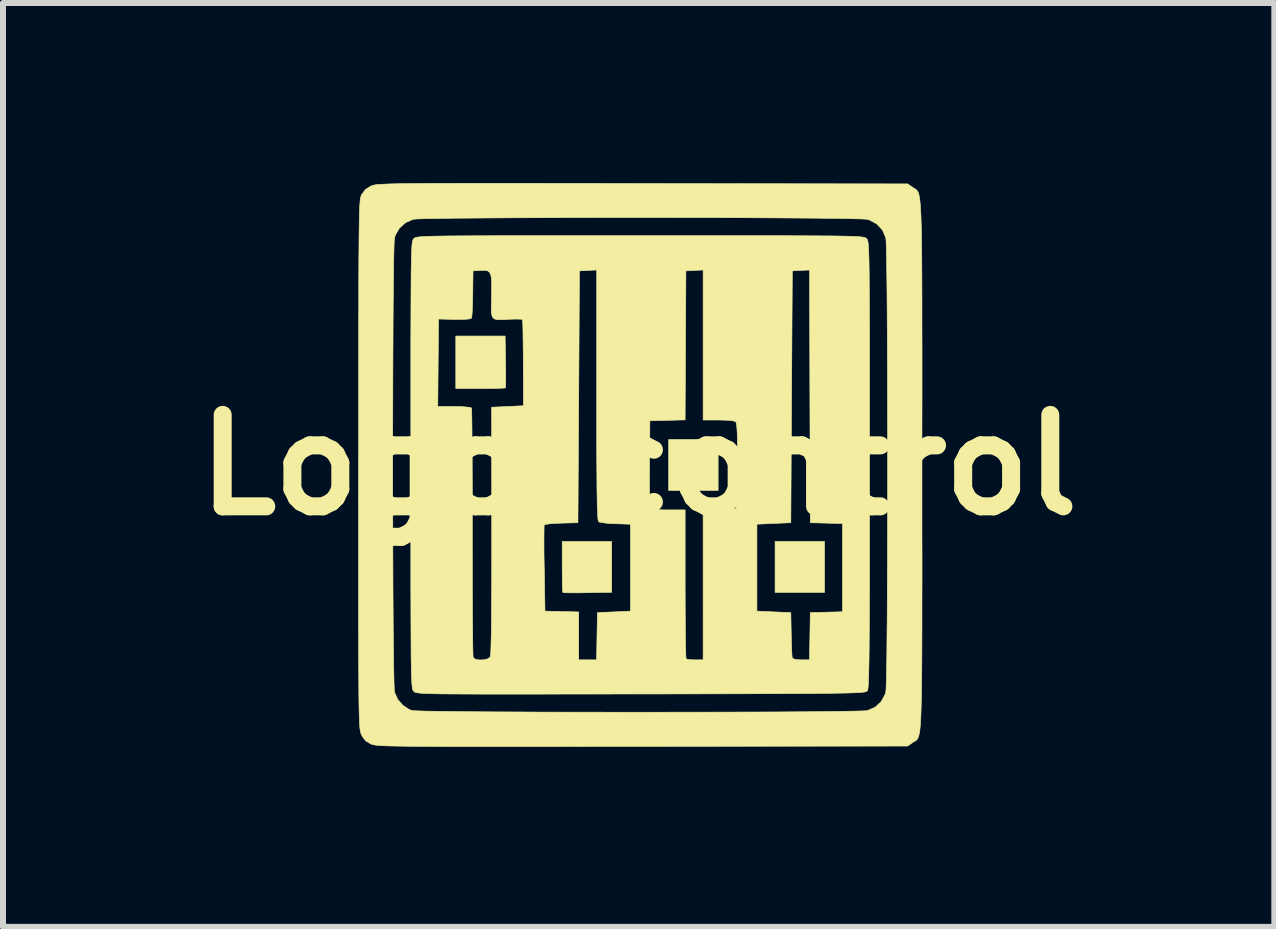
<source format=kicad_pcb>
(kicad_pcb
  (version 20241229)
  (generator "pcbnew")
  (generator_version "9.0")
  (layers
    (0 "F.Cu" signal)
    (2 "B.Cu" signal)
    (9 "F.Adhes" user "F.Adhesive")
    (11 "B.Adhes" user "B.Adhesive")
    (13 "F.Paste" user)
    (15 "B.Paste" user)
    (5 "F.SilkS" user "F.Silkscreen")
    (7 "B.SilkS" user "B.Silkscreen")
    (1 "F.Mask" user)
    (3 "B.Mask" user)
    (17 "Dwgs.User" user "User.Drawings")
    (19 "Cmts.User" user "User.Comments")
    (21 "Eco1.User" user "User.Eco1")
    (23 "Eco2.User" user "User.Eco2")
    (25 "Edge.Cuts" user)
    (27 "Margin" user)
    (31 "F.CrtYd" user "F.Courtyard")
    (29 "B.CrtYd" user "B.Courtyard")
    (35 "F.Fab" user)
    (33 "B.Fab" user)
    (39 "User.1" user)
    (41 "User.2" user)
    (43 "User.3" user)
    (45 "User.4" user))
  (footprint "Logo control"
    (layer "F.Cu")
    (at 7.591 4.697)
    (property "Reference" "Logo control" (at 0 0 0) (layer "F.SilkS") (effects (font (size 1.524 1.524) (thickness 0.3))))
    (attr through_hole)
    (fp_poly (pts (xy 1.324 0.425) (xy 0.5 0.425) (xy 0.5 -0.425) (xy 1.324 -0.425) (xy 1.324 0.425)) (stroke (width 0.01) (type solid)) (fill yes) (layer "F.SilkS"))
    (fp_poly (pts (xy 3.097 2.123) (xy 2.273 2.123) (xy 2.273 1.274) (xy 3.097 1.274) (xy 3.097 2.123)) (stroke (width 0.01) (type solid)) (fill yes) (layer "F.SilkS"))
    (fp_poly (pts (xy -2.218 -1.721) (xy -2.216 -1.581) (xy -2.215 -1.458) (xy -2.216 -1.363) (xy -2.218 -1.302) (xy -2.221 -1.284) (xy -2.248 -1.281) (xy -2.317 -1.278) (xy -2.418 -1.275) (xy -2.544 -1.274) (xy -2.639 -1.274) (xy -3.047 -1.274) (xy -3.047 -2.148) (xy -2.225 -2.148) (xy -2.218 -1.721)) (stroke (width 0.01) (type solid)) (fill yes) (layer "F.SilkS"))
    (fp_poly (pts (xy -0.45 2.121) (xy -0.851 2.128) (xy -0.988 2.13) (xy -1.105 2.13) (xy -1.196 2.129) (xy -1.251 2.127) (xy -1.263 2.125) (xy -1.267 2.098) (xy -1.27 2.029) (xy -1.272 1.927) (xy -1.273 1.801) (xy -1.274 1.694) (xy -1.274 1.274) (xy -0.45 1.274) (xy -0.45 2.121)) (stroke (width 0.01) (type solid)) (fill yes) (layer "F.SilkS"))
    (fp_poly (pts (xy -2.045 -4.692) (xy -1.651 -4.692) (xy -1.214 -4.691) (xy -0.733 -4.691) (xy -0.206 -4.69) (xy 0.067 -4.689) (xy 4.483 -4.683) (xy 4.561 -4.627) (xy 4.581 -4.615) (xy 4.599 -4.604) (xy 4.615 -4.594) (xy 4.63 -4.583) (xy 4.643 -4.567) (xy 4.656 -4.545) (xy 4.666 -4.515) (xy 4.676 -4.474) (xy 4.684 -4.42) (xy 4.691 -4.352) (xy 4.697 -4.266) (xy 4.703 -4.161) (xy 4.707 -4.035) (xy 4.711 -3.885) (xy 4.714 -3.709) (xy 4.716 -3.506) (xy 4.718 -3.272) (xy 4.719 -3.005) (xy 4.72 -2.705) (xy 4.72 -2.367) (xy 4.721 -1.991) (xy 4.721 -1.574) (xy 4.721 -1.113) (xy 4.72 -0.607) (xy 4.72 -0.054) (xy 4.72 0) (xy 4.72 0.558) (xy 4.72 1.068) (xy 4.721 1.533) (xy 4.721 1.954) (xy 4.72 2.334) (xy 4.72 2.675) (xy 4.719 2.979) (xy 4.718 3.248) (xy 4.716 3.485) (xy 4.714 3.692) (xy 4.711 3.87) (xy 4.707 4.022) (xy 4.703 4.151) (xy 4.698 4.257) (xy 4.692 4.345) (xy 4.685 4.415) (xy 4.676 4.47) (xy 4.667 4.512) (xy 4.657 4.543) (xy 4.645 4.565) (xy 4.631 4.582) (xy 4.617 4.594) (xy 4.6 4.603) (xy 4.583 4.613) (xy 4.563 4.626) (xy 4.561 4.627) (xy 4.483 4.683) (xy 0.062 4.689) (xy -0.489 4.689) (xy -0.992 4.69) (xy -1.45 4.691) (xy -1.865 4.691) (xy -2.238 4.691) (xy -2.573 4.691) (xy -2.871 4.691) (xy -3.135 4.691) (xy -3.366 4.69) (xy -3.568 4.689) (xy -3.741 4.688) (xy -3.89 4.686) (xy -4.015 4.684) (xy -4.118 4.682) (xy -4.203 4.68) (xy -4.272 4.677) (xy -4.326 4.673) (xy -4.368 4.67) (xy -4.399 4.665) (xy -4.423 4.661) (xy -4.442 4.655) (xy -4.457 4.65) (xy -4.465 4.646) (xy -4.548 4.596) (xy -4.602 4.527) (xy -4.621 4.488) (xy -4.627 4.474) (xy -4.632 4.457) (xy -4.637 4.435) (xy -4.642 4.407) (xy -4.646 4.37) (xy -4.649 4.321) (xy -4.652 4.259) (xy -4.655 4.182) (xy -4.658 4.086) (xy -4.66 3.971) (xy -4.662 3.832) (xy -4.663 3.67) (xy -4.664 3.48) (xy -4.665 3.262) (xy -4.666 3.012) (xy -4.667 2.729) (xy -4.667 2.409) (xy -4.667 2.052) (xy -4.667 1.655) (xy -4.667 1.215) (xy -4.667 0.731) (xy -4.667 0.2) (xy -4.667 0.155) (xy -4.098 0.155) (xy -4.098 0.535) (xy -4.097 0.909) (xy -4.096 1.276) (xy -4.095 1.631) (xy -4.094 1.97) (xy -4.092 2.291) (xy -4.09 2.591) (xy -4.088 2.864) (xy -4.085 3.11) (xy -4.082 3.322) (xy -4.079 3.5) (xy -4.076 3.638) (xy -4.072 3.734) (xy -4.068 3.784) (xy -4.067 3.787) (xy -4.016 3.904) (xy -3.93 4.004) (xy -3.824 4.074) (xy -3.776 4.091) (xy -3.737 4.095) (xy -3.652 4.098) (xy -3.524 4.102) (xy -3.355 4.104) (xy -3.151 4.107) (xy -2.914 4.11) (xy -2.647 4.112) (xy -2.354 4.114) (xy -2.038 4.115) (xy -1.703 4.117) (xy -1.352 4.118) (xy -0.988 4.119) (xy -0.616 4.119) (xy -0.238 4.12) (xy 0.143 4.12) (xy 0.522 4.119) (xy 0.897 4.119) (xy 1.264 4.118) (xy 1.62 4.117) (xy 1.961 4.116) (xy 2.284 4.115) (xy 2.585 4.113) (xy 2.862 4.111) (xy 3.11 4.109) (xy 3.326 4.106) (xy 3.507 4.103) (xy 3.65 4.1) (xy 3.75 4.097) (xy 3.805 4.094) (xy 3.813 4.092) (xy 3.941 4.036) (xy 4.042 3.941) (xy 4.108 3.819) (xy 4.117 3.788) (xy 4.121 3.747) (xy 4.125 3.659) (xy 4.129 3.529) (xy 4.132 3.358) (xy 4.135 3.151) (xy 4.137 2.912) (xy 4.14 2.643) (xy 4.142 2.348) (xy 4.143 2.031) (xy 4.145 1.694) (xy 4.146 1.342) (xy 4.147 0.977) (xy 4.148 0.604) (xy 4.148 0.225) (xy 4.148 -0.156) (xy 4.148 -0.536) (xy 4.147 -0.91) (xy 4.146 -1.277) (xy 4.145 -1.632) (xy 4.144 -1.971) (xy 4.142 -2.292) (xy 4.14 -2.592) (xy 4.138 -2.866) (xy 4.135 -3.111) (xy 4.132 -3.323) (xy 4.129 -3.501) (xy 4.126 -3.639) (xy 4.122 -3.734) (xy 4.118 -3.784) (xy 4.117 -3.788) (xy 4.061 -3.916) (xy 3.966 -4.017) (xy 3.844 -4.083) (xy 3.813 -4.092) (xy 3.772 -4.096) (xy 3.685 -4.1) (xy 3.555 -4.103) (xy 3.385 -4.107) (xy 3.178 -4.109) (xy 2.939 -4.112) (xy 2.671 -4.114) (xy 2.376 -4.116) (xy 2.059 -4.118) (xy 1.722 -4.12) (xy 1.37 -4.121) (xy 1.006 -4.122) (xy 0.633 -4.122) (xy 0.254 -4.123) (xy -0.127 -4.123) (xy -0.506 -4.123) (xy -0.88 -4.122) (xy -1.247 -4.121) (xy -1.601 -4.12) (xy -1.941 -4.119) (xy -2.262 -4.117) (xy -2.561 -4.115) (xy -2.835 -4.113) (xy -3.08 -4.111) (xy -3.293 -4.108) (xy -3.471 -4.105) (xy -3.609 -4.102) (xy -3.705 -4.098) (xy -3.755 -4.094) (xy -3.759 -4.093) (xy -3.884 -4.038) (xy -3.987 -3.945) (xy -4.055 -3.827) (xy -4.067 -3.787) (xy -4.072 -3.746) (xy -4.075 -3.659) (xy -4.079 -3.528) (xy -4.082 -3.358) (xy -4.085 -3.151) (xy -4.087 -2.912) (xy -4.09 -2.643) (xy -4.092 -2.348) (xy -4.093 -2.031) (xy -4.095 -1.695) (xy -4.096 -1.342) (xy -4.097 -0.978) (xy -4.098 -0.604) (xy -4.098 -0.226) (xy -4.098 0.155) (xy -4.667 0.155) (xy -4.667 -0.014) (xy -4.666 -0.564) (xy -4.666 -1.065) (xy -4.666 -1.522) (xy -4.665 -1.934) (xy -4.665 -2.306) (xy -4.664 -2.639) (xy -4.664 -2.936) (xy -4.663 -3.198) (xy -4.662 -3.427) (xy -4.66 -3.627) (xy -4.659 -3.799) (xy -4.657 -3.946) (xy -4.655 -4.069) (xy -4.653 -4.172) (xy -4.65 -4.255) (xy -4.647 -4.322) (xy -4.643 -4.374) (xy -4.639 -4.414) (xy -4.635 -4.445) (xy -4.63 -4.467) (xy -4.625 -4.484) (xy -4.619 -4.498) (xy -4.616 -4.504) (xy -4.553 -4.589) (xy -4.459 -4.648) (xy -4.444 -4.654) (xy -4.427 -4.659) (xy -4.406 -4.664) (xy -4.378 -4.669) (xy -4.342 -4.673) (xy -4.294 -4.676) (xy -4.233 -4.679) (xy -4.156 -4.682) (xy -4.061 -4.685) (xy -3.947 -4.687) (xy -3.81 -4.688) (xy -3.649 -4.69) (xy -3.461 -4.691) (xy -3.245 -4.691) (xy -2.997 -4.692) (xy -2.716 -4.692) (xy -2.4 -4.692) (xy -2.045 -4.692)) (stroke (width 0.01) (type solid)) (fill yes) (layer "F.SilkS"))
    (fp_poly (pts (xy 0.528 -3.821) (xy 0.984 -3.821) (xy 1.395 -3.821) (xy 1.763 -3.821) (xy 2.091 -3.821) (xy 2.381 -3.82) (xy 2.635 -3.819) (xy 2.856 -3.818) (xy 3.046 -3.817) (xy 3.207 -3.816) (xy 3.343 -3.814) (xy 3.455 -3.812) (xy 3.546 -3.809) (xy 3.618 -3.806) (xy 3.674 -3.803) (xy 3.715 -3.799) (xy 3.745 -3.794) (xy 3.766 -3.789) (xy 3.78 -3.784) (xy 3.789 -3.778) (xy 3.796 -3.771) (xy 3.803 -3.764) (xy 3.809 -3.754) (xy 3.815 -3.74) (xy 3.82 -3.719) (xy 3.824 -3.689) (xy 3.828 -3.646) (xy 3.831 -3.59) (xy 3.834 -3.517) (xy 3.837 -3.425) (xy 3.839 -3.312) (xy 3.841 -3.175) (xy 3.842 -3.012) (xy 3.843 -2.82) (xy 3.844 -2.597) (xy 3.845 -2.341) (xy 3.846 -2.05) (xy 3.846 -1.72) (xy 3.846 -1.35) (xy 3.846 -0.936) (xy 3.846 -0.478) (xy 3.846 -0.005) (xy 3.846 0.507) (xy 3.846 0.971) (xy 3.846 1.39) (xy 3.845 1.766) (xy 3.845 2.1) (xy 3.844 2.396) (xy 3.843 2.656) (xy 3.841 2.882) (xy 3.84 3.076) (xy 3.838 3.24) (xy 3.835 3.377) (xy 3.833 3.489) (xy 3.83 3.578) (xy 3.827 3.647) (xy 3.823 3.697) (xy 3.819 3.732) (xy 3.814 3.752) (xy 3.811 3.76) (xy 3.805 3.767) (xy 3.797 3.773) (xy 3.783 3.778) (xy 3.761 3.783) (xy 3.73 3.787) (xy 3.686 3.791) (xy 3.627 3.794) (xy 3.551 3.797) (xy 3.456 3.8) (xy 3.339 3.802) (xy 3.197 3.804) (xy 3.029 3.806) (xy 2.831 3.808) (xy 2.603 3.809) (xy 2.34 3.81) (xy 2.041 3.811) (xy 1.704 3.812) (xy 1.325 3.813) (xy 0.904 3.814) (xy 0.436 3.815) (xy 0.04 3.815) (xy -0.465 3.816) (xy -0.922 3.817) (xy -1.334 3.817) (xy -1.702 3.818) (xy -2.031 3.818) (xy -2.322 3.818) (xy -2.577 3.818) (xy -2.798 3.817) (xy -2.989 3.816) (xy -3.152 3.815) (xy -3.288 3.814) (xy -3.401 3.812) (xy -3.493 3.809) (xy -3.565 3.807) (xy -3.621 3.803) (xy -3.663 3.799) (xy -3.694 3.795) (xy -3.715 3.79) (xy -3.729 3.785) (xy -3.738 3.779) (xy -3.746 3.772) (xy -3.746 3.772) (xy -3.753 3.764) (xy -3.759 3.755) (xy -3.765 3.741) (xy -3.77 3.72) (xy -3.774 3.69) (xy -3.778 3.648) (xy -3.781 3.592) (xy -3.784 3.52) (xy -3.787 3.429) (xy -3.789 3.316) (xy -3.791 3.18) (xy -3.792 3.018) (xy -3.793 2.828) (xy -3.794 2.606) (xy -3.795 2.352) (xy -3.796 2.061) (xy -3.796 1.733) (xy -3.796 1.365) (xy -3.796 0.953) (xy -3.796 0.497) (xy -3.796 0) (xy -3.796 -0.504) (xy -3.796 -0.959) (xy -3.796 -0.974) (xy -3.347 -0.974) (xy -3.074 -0.974) (xy -2.962 -0.972) (xy -2.869 -0.966) (xy -2.807 -0.958) (xy -2.785 -0.95) (xy -2.783 -0.922) (xy -2.781 -0.848) (xy -2.779 -0.731) (xy -2.777 -0.575) (xy -2.776 -0.385) (xy -2.774 -0.163) (xy -2.773 0.086) (xy -2.772 0.358) (xy -2.772 0.651) (xy -2.772 0.96) (xy -2.772 1.12) (xy -2.772 1.436) (xy -2.771 1.738) (xy -2.771 2.022) (xy -2.77 2.285) (xy -2.769 2.522) (xy -2.767 2.731) (xy -2.765 2.906) (xy -2.763 3.045) (xy -2.761 3.143) (xy -2.759 3.197) (xy -2.758 3.206) (xy -2.723 3.236) (xy -2.659 3.249) (xy -2.584 3.247) (xy -2.516 3.231) (xy -2.474 3.2) (xy -2.473 3.197) (xy -2.467 3.165) (xy -2.463 3.088) (xy -2.459 2.966) (xy -2.455 2.798) (xy -2.453 2.584) (xy -2.451 2.322) (xy -2.449 2.014) (xy -2.448 1.656) (xy -2.448 1.25) (xy -2.448 1.21) (xy -1.578 1.21) (xy -1.578 1.35) (xy -1.577 1.514) (xy -1.574 1.696) (xy -1.573 1.727) (xy -1.561 2.435) (xy -1.28 2.442) (xy -0.999 2.449) (xy -0.999 3.247) (xy -0.701 3.247) (xy -0.694 2.853) (xy -0.687 2.46) (xy -0.412 2.448) (xy -0.137 2.435) (xy -0.137 0.987) (xy -0.386 0.979) (xy -0.495 0.974) (xy -0.587 0.964) (xy -0.649 0.953) (xy -0.667 0.945) (xy -0.673 0.932) (xy -0.678 0.901) (xy -0.682 0.849) (xy -0.686 0.774) (xy -0.69 0.673) (xy -0.692 0.543) (xy -0.695 0.38) (xy -0.696 0.205) (xy 0.179 0.205) (xy 0.18 0.39) (xy 0.183 0.531) (xy 0.187 0.631) (xy 0.195 0.692) (xy 0.202 0.715) (xy 0.232 0.732) (xy 0.293 0.742) (xy 0.391 0.748) (xy 0.503 0.749) (xy 0.774 0.749) (xy 0.774 1.981) (xy 0.775 2.225) (xy 0.776 2.453) (xy 0.777 2.661) (xy 0.779 2.844) (xy 0.781 2.997) (xy 0.784 3.116) (xy 0.787 3.195) (xy 0.79 3.229) (xy 0.791 3.23) (xy 0.823 3.24) (xy 0.889 3.246) (xy 0.941 3.247) (xy 1.074 3.247) (xy 1.074 0.987) (xy 1.97 0.987) (xy 1.97 2.435) (xy 2.252 2.448) (xy 2.535 2.46) (xy 2.542 2.822) (xy 2.545 2.953) (xy 2.549 3.068) (xy 2.553 3.156) (xy 2.558 3.208) (xy 2.559 3.216) (xy 2.592 3.236) (xy 2.668 3.246) (xy 2.708 3.247) (xy 2.846 3.247) (xy 2.853 2.853) (xy 2.86 2.46) (xy 3.397 2.446) (xy 3.397 0.976) (xy 3.128 0.969) (xy 2.86 0.962) (xy 2.853 -1.144) (xy 2.847 -3.249) (xy 2.56 -3.234) (xy 2.547 -1.136) (xy 2.535 0.962) (xy 2.252 0.974) (xy 1.97 0.987) (xy 1.074 0.987) (xy 1.074 0.749) (xy 1.331 0.749) (xy 1.47 0.746) (xy 1.566 0.737) (xy 1.615 0.722) (xy 1.618 0.719) (xy 1.628 0.694) (xy 1.636 0.637) (xy 1.641 0.545) (xy 1.645 0.414) (xy 1.648 0.241) (xy 1.648 0.021) (xy 1.648 0) (xy 1.648 -0.224) (xy 1.646 -0.401) (xy 1.642 -0.535) (xy 1.636 -0.63) (xy 1.629 -0.69) (xy 1.619 -0.718) (xy 1.618 -0.719) (xy 1.576 -0.735) (xy 1.486 -0.745) (xy 1.353 -0.749) (xy 1.331 -0.749) (xy 1.074 -0.749) (xy 1.074 -3.249) (xy 0.93 -3.242) (xy 0.787 -3.234) (xy 0.78 -1.993) (xy 0.774 -0.751) (xy 0.481 -0.744) (xy 0.187 -0.737) (xy 0.181 -0.028) (xy 0.179 0.205) (xy -0.696 0.205) (xy -0.696 0.183) (xy -0.698 -0.051) (xy -0.699 -0.326) (xy -0.699 -0.644) (xy -0.699 -1.008) (xy -0.699 -1.166) (xy -0.699 -3.249) (xy -0.843 -3.242) (xy -0.987 -3.234) (xy -0.999 -1.136) (xy -1.012 0.962) (xy -1.285 0.969) (xy -1.397 0.973) (xy -1.49 0.981) (xy -1.552 0.99) (xy -1.573 0.997) (xy -1.576 1.027) (xy -1.577 1.1) (xy -1.578 1.21) (xy -2.448 1.21) (xy -2.448 1.093) (xy -2.45 -0.962) (xy -2.185 -0.974) (xy -1.92 -0.987) (xy -1.922 -1.696) (xy -1.923 -1.879) (xy -1.925 -2.046) (xy -1.927 -2.19) (xy -1.929 -2.305) (xy -1.932 -2.384) (xy -1.935 -2.421) (xy -1.935 -2.422) (xy -1.963 -2.429) (xy -2.029 -2.431) (xy -2.119 -2.429) (xy -2.145 -2.428) (xy -2.266 -2.421) (xy -2.351 -2.42) (xy -2.406 -2.434) (xy -2.438 -2.467) (xy -2.453 -2.529) (xy -2.456 -2.625) (xy -2.452 -2.763) (xy -2.452 -2.793) (xy -2.449 -2.955) (xy -2.451 -3.073) (xy -2.461 -3.155) (xy -2.481 -3.206) (xy -2.514 -3.233) (xy -2.562 -3.243) (xy -2.628 -3.242) (xy -2.63 -3.242) (xy -2.76 -3.234) (xy -2.764 -2.854) (xy -2.767 -2.72) (xy -2.771 -2.603) (xy -2.776 -2.512) (xy -2.782 -2.457) (xy -2.786 -2.446) (xy -2.82 -2.433) (xy -2.902 -2.426) (xy -3.029 -2.425) (xy -3.068 -2.425) (xy -3.334 -2.432) (xy -3.341 -1.703) (xy -3.347 -0.974) (xy -3.796 -0.974) (xy -3.796 -1.37) (xy -3.796 -1.738) (xy -3.796 -2.066) (xy -3.795 -2.356) (xy -3.794 -2.61) (xy -3.793 -2.831) (xy -3.792 -3.021) (xy -3.791 -3.182) (xy -3.789 -3.318) (xy -3.787 -3.43) (xy -3.784 -3.521) (xy -3.781 -3.593) (xy -3.778 -3.649) (xy -3.774 -3.69) (xy -3.769 -3.72) (xy -3.764 -3.741) (xy -3.759 -3.755) (xy -3.753 -3.764) (xy -3.746 -3.771) (xy -3.739 -3.778) (xy -3.729 -3.784) (xy -3.715 -3.79) (xy -3.694 -3.795) (xy -3.664 -3.799) (xy -3.621 -3.803) (xy -3.565 -3.806) (xy -3.492 -3.809) (xy -3.4 -3.812) (xy -3.287 -3.814) (xy -3.15 -3.816) (xy -2.987 -3.817) (xy -2.796 -3.818) (xy -2.573 -3.819) (xy -2.317 -3.82) (xy -2.026 -3.821) (xy -1.696 -3.821) (xy -1.326 -3.821) (xy -0.913 -3.821) (xy -0.455 -3.821) (xy 0.025 -3.821) (xy 0.528 -3.821)) (stroke (width 0.01) (type solid)) (fill yes) (layer "F.SilkS")))
  (gr_rect
    (start -3 -3)
    (end 18.182 12.393)
    (stroke (width 0.1) (type default))
    (fill no)
    (layer "Edge.Cuts")))
</source>
